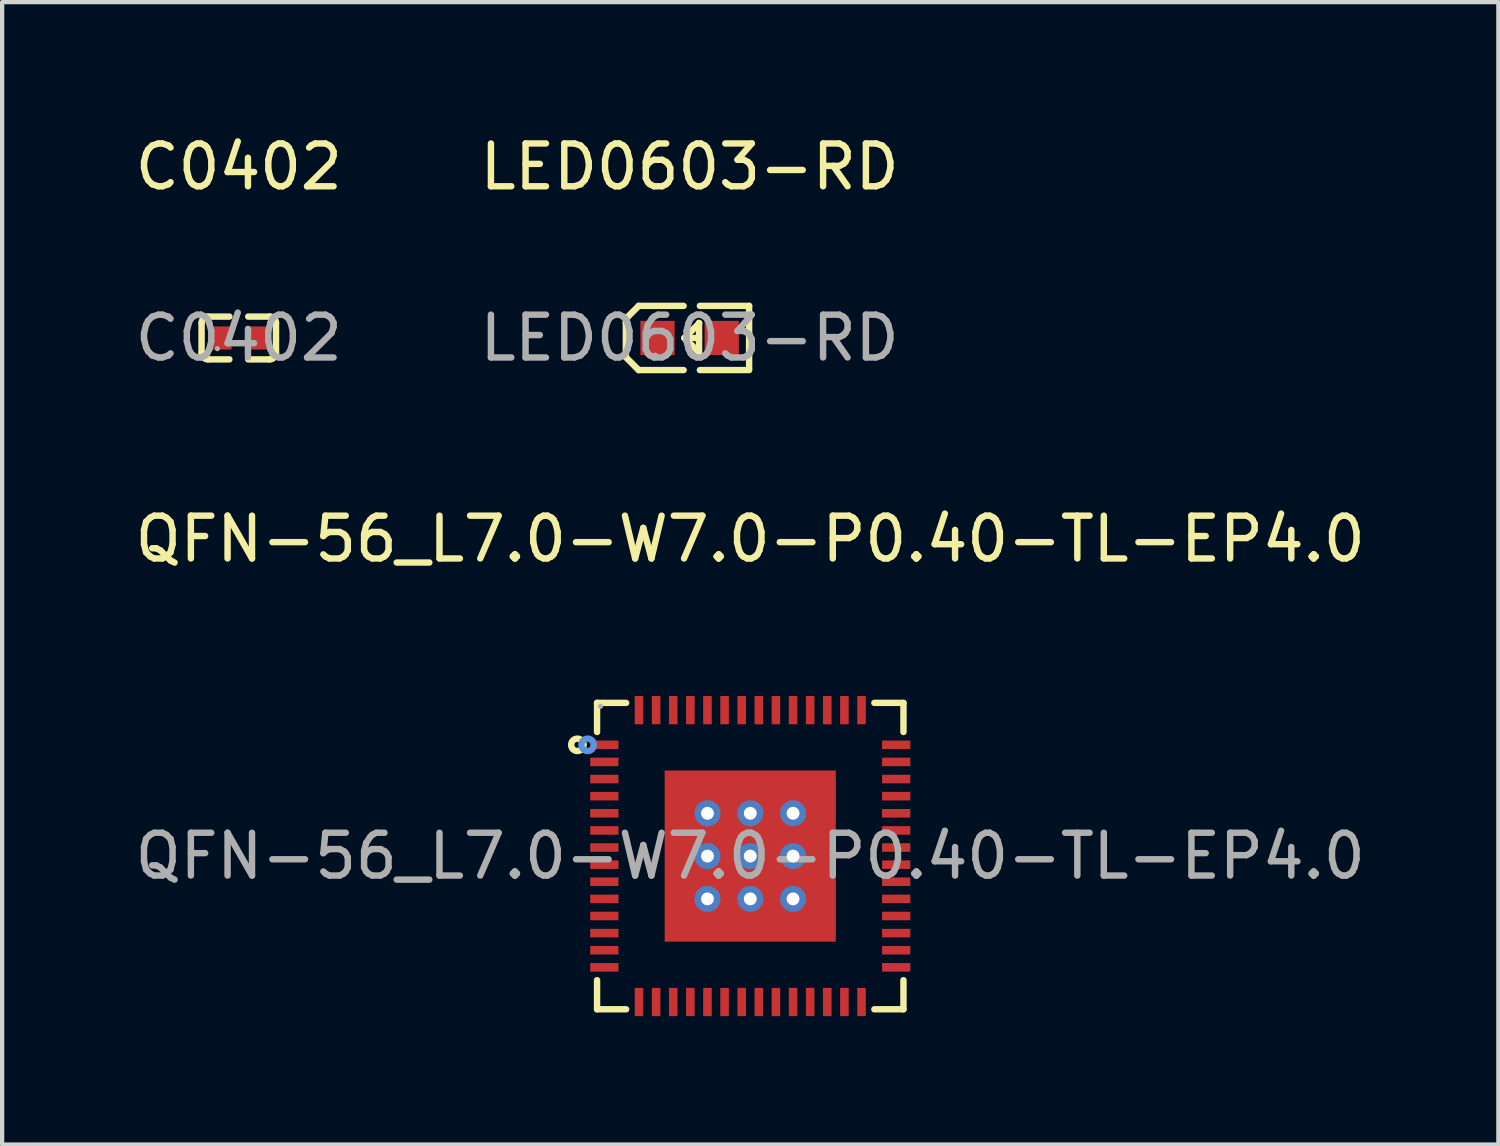
<source format=kicad_pcb>
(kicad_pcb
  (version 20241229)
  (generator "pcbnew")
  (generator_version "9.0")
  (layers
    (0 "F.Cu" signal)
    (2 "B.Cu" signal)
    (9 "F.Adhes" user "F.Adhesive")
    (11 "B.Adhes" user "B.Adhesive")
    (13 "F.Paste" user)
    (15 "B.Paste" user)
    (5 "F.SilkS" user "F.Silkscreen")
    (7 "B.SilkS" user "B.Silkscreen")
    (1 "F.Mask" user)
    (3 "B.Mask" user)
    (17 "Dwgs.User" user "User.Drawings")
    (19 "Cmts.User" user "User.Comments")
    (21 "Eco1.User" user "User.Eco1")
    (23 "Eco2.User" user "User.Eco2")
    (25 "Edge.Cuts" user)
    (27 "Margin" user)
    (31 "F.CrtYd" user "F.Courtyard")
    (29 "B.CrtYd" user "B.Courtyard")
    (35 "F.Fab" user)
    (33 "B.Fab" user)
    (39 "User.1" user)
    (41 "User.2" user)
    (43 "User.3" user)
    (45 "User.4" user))
  (footprint "LED0603-RD"
    (layer "F.Cu")
    (at 13.065 4.848)
    (property "Reference" "LED0603-RD" (at 0 -4 0) (layer "F.SilkS") (effects (font (size 1 1) (thickness 0.15))))
    (attr smd)
    (fp_line (start -1.49 -0.45) (end -1.19 -0.75) (stroke (width 0.15) (type solid)) (layer "F.SilkS"))
    (fp_line (start -1.49 -0.35) (end -1.49 -0.45) (stroke (width 0.15) (type solid)) (layer "F.SilkS"))
    (fp_line (start -1.49 -0.35) (end -1.49 0.35) (stroke (width 0.15) (type solid)) (layer "F.SilkS"))
    (fp_line (start -1.49 0.35) (end -1.49 0.45) (stroke (width 0.15) (type solid)) (layer "F.SilkS"))
    (fp_line (start -1.49 0.45) (end -1.19 0.75) (stroke (width 0.15) (type solid)) (layer "F.SilkS"))
    (fp_line (start -0.14 -0.75) (end -1.19 -0.75) (stroke (width 0.15) (type solid)) (layer "F.SilkS"))
    (fp_line (start -0.14 0.75) (end -1.19 0.75) (stroke (width 0.15) (type solid)) (layer "F.SilkS"))
    (fp_line (start 0.21 0.33) (end -0.12 0) (stroke (width 0.15) (type solid)) (layer "F.SilkS"))
    (fp_line (start 0.22 -0.35) (end 0.22 -0.34) (stroke (width 0.15) (type solid)) (layer "F.SilkS"))
    (fp_line (start 0.22 -0.35) (end 0.22 0.33) (stroke (width 0.15) (type solid)) (layer "F.SilkS"))
    (fp_line (start 0.22 -0.34) (end -0.12 0) (stroke (width 0.15) (type solid)) (layer "F.SilkS"))
    (fp_line (start 0.22 0) (end -0.12 0) (stroke (width 0.15) (type solid)) (layer "F.SilkS"))
    (fp_line (start 0.22 0.33) (end 0.21 0.33) (stroke (width 0.15) (type solid)) (layer "F.SilkS"))
    (fp_line (start 0.24 -0.75) (end 1.39 -0.75) (stroke (width 0.15) (type solid)) (layer "F.SilkS"))
    (fp_line (start 0.24 0.75) (end 1.39 0.75) (stroke (width 0.15) (type solid)) (layer "F.SilkS"))
    (fp_line (start 1.39 -0.75) (end 1.39 0.73) (stroke (width 0.15) (type solid)) (layer "F.SilkS"))
    (fp_circle (center -0.8 0.4) (end -0.77 0.4) (stroke (width 0.06) (type solid)) (fill no) (layer "F.Fab"))
    (fp_text user "${REFERENCE}" (at 0 0 0) (layer "F.Fab") (effects (font (size 1 1) (thickness 0.15))))
    (pad "1" smd rect (at -0.75 0 90) (size 0.8 0.8) (layers "F.Cu" "F.Mask" "F.Paste"))
    (pad "2" smd rect (at 0.75 0 90) (size 0.8 0.8) (layers "F.Cu" "F.Mask" "F.Paste")))
  (footprint "QFN-56_L7.0-W7.0-P0.40-TL-EP4.0"
    (layer "F.Cu")
    (at 14.482 16.955)
    (property "Reference" "QFN-56_L7.0-W7.0-P0.40-TL-EP4.0" (at 0 -7.41 0) (layer "F.SilkS") (effects (font (size 1 1) (thickness 0.15))))
    (attr smd)
    (fp_line (start -3.58 -3.58) (end -3.58 -2.9) (stroke (width 0.15) (type solid)) (layer "F.SilkS"))
    (fp_line (start -3.58 3.58) (end -3.58 2.9) (stroke (width 0.15) (type solid)) (layer "F.SilkS"))
    (fp_line (start -2.9 -3.58) (end -3.58 -3.58) (stroke (width 0.15) (type solid)) (layer "F.SilkS"))
    (fp_line (start -2.9 3.58) (end -3.58 3.58) (stroke (width 0.15) (type solid)) (layer "F.SilkS"))
    (fp_line (start 2.9 -3.58) (end 3.58 -3.58) (stroke (width 0.15) (type solid)) (layer "F.SilkS"))
    (fp_line (start 2.9 3.58) (end 3.58 3.58) (stroke (width 0.15) (type solid)) (layer "F.SilkS"))
    (fp_line (start 3.58 -3.58) (end 3.58 -2.9) (stroke (width 0.15) (type solid)) (layer "F.SilkS"))
    (fp_line (start 3.58 3.58) (end 3.58 2.9) (stroke (width 0.15) (type solid)) (layer "F.SilkS"))
    (fp_circle (center -4.04 -2.6) (end -3.97 -2.6) (stroke (width 0.15) (type solid)) (fill no) (layer "F.SilkS"))
    (fp_circle (center -3.8 -2.6) (end -3.73 -2.6) (stroke (width 0.15) (type solid)) (fill no) (layer "Cmts.User"))
    (fp_circle (center -3.5 -3.5) (end -3.47 -3.5) (stroke (width 0.06) (type solid)) (fill no) (layer "F.Fab"))
    (fp_text user "${REFERENCE}" (at 0 0 0) (layer "F.Fab") (effects (font (size 1 1) (thickness 0.15))))
    (pad "" thru_hole circle (at -1 -1) (size 0.61 0.61) (drill 0.3) (layers "*.Cu" "*.Paste" "*.Mask"))
    (pad "" thru_hole circle (at -1 0) (size 0.61 0.61) (drill 0.3) (layers "*.Cu" "*.Paste" "*.Mask"))
    (pad "" thru_hole circle (at -1 1) (size 0.61 0.61) (drill 0.3) (layers "*.Cu" "*.Paste" "*.Mask"))
    (pad "" thru_hole circle (at 0 -1) (size 0.61 0.61) (drill 0.3) (layers "*.Cu" "*.Paste" "*.Mask"))
    (pad "" thru_hole circle (at 0 0) (size 0.61 0.61) (drill 0.3) (layers "*.Cu" "*.Paste" "*.Mask"))
    (pad "" thru_hole circle (at 0 1) (size 0.61 0.61) (drill 0.3) (layers "*.Cu" "*.Paste" "*.Mask"))
    (pad "" thru_hole circle (at 1 -1) (size 0.61 0.61) (drill 0.3) (layers "*.Cu" "*.Paste" "*.Mask"))
    (pad "" thru_hole circle (at 1 0) (size 0.61 0.61) (drill 0.3) (layers "*.Cu" "*.Paste" "*.Mask"))
    (pad "" thru_hole circle (at 1 1) (size 0.61 0.61) (drill 0.3) (layers "*.Cu" "*.Paste" "*.Mask"))
    (pad "1" smd rect (at -3.41 -2.6) (size 0.66 0.2) (layers "F.Cu" "F.Mask" "F.Paste"))
    (pad "2" smd rect (at -3.41 -2.2) (size 0.66 0.2) (layers "F.Cu" "F.Mask" "F.Paste"))
    (pad "3" smd rect (at -3.41 -1.8) (size 0.66 0.2) (layers "F.Cu" "F.Mask" "F.Paste"))
    (pad "4" smd rect (at -3.41 -1.4) (size 0.66 0.2) (layers "F.Cu" "F.Mask" "F.Paste"))
    (pad "5" smd rect (at -3.41 -1) (size 0.66 0.2) (layers "F.Cu" "F.Mask" "F.Paste"))
    (pad "6" smd rect (at -3.41 -0.6) (size 0.66 0.2) (layers "F.Cu" "F.Mask" "F.Paste"))
    (pad "7" smd rect (at -3.41 -0.2) (size 0.66 0.2) (layers "F.Cu" "F.Mask" "F.Paste"))
    (pad "8" smd rect (at -3.41 0.2) (size 0.66 0.2) (layers "F.Cu" "F.Mask" "F.Paste"))
    (pad "9" smd rect (at -3.41 0.6) (size 0.66 0.2) (layers "F.Cu" "F.Mask" "F.Paste"))
    (pad "10" smd rect (at -3.41 1) (size 0.66 0.2) (layers "F.Cu" "F.Mask" "F.Paste"))
    (pad "11" smd rect (at -3.41 1.4) (size 0.66 0.2) (layers "F.Cu" "F.Mask" "F.Paste"))
    (pad "12" smd rect (at -3.41 1.8) (size 0.66 0.2) (layers "F.Cu" "F.Mask" "F.Paste"))
    (pad "13" smd rect (at -3.41 2.2) (size 0.66 0.2) (layers "F.Cu" "F.Mask" "F.Paste"))
    (pad "14" smd rect (at -3.41 2.6) (size 0.66 0.2) (layers "F.Cu" "F.Mask" "F.Paste"))
    (pad "15" smd rect (at -2.6 3.41) (size 0.2 0.66) (layers "F.Cu" "F.Mask" "F.Paste"))
    (pad "16" smd rect (at -2.2 3.41) (size 0.2 0.66) (layers "F.Cu" "F.Mask" "F.Paste"))
    (pad "17" smd rect (at -1.8 3.41) (size 0.2 0.66) (layers "F.Cu" "F.Mask" "F.Paste"))
    (pad "18" smd rect (at -1.4 3.41) (size 0.2 0.66) (layers "F.Cu" "F.Mask" "F.Paste"))
    (pad "19" smd rect (at -1 3.41) (size 0.2 0.66) (layers "F.Cu" "F.Mask" "F.Paste"))
    (pad "20" smd rect (at -0.6 3.41) (size 0.2 0.66) (layers "F.Cu" "F.Mask" "F.Paste"))
    (pad "21" smd rect (at -0.2 3.41) (size 0.2 0.66) (layers "F.Cu" "F.Mask" "F.Paste"))
    (pad "22" smd rect (at 0.2 3.41) (size 0.2 0.66) (layers "F.Cu" "F.Mask" "F.Paste"))
    (pad "23" smd rect (at 0.6 3.41) (size 0.2 0.66) (layers "F.Cu" "F.Mask" "F.Paste"))
    (pad "24" smd rect (at 1 3.41) (size 0.2 0.66) (layers "F.Cu" "F.Mask" "F.Paste"))
    (pad "25" smd rect (at 1.4 3.41) (size 0.2 0.66) (layers "F.Cu" "F.Mask" "F.Paste"))
    (pad "26" smd rect (at 1.8 3.41) (size 0.2 0.66) (layers "F.Cu" "F.Mask" "F.Paste"))
    (pad "27" smd rect (at 2.2 3.41) (size 0.2 0.66) (layers "F.Cu" "F.Mask" "F.Paste"))
    (pad "28" smd rect (at 2.6 3.41) (size 0.2 0.66) (layers "F.Cu" "F.Mask" "F.Paste"))
    (pad "29" smd rect (at 3.41 2.6) (size 0.66 0.2) (layers "F.Cu" "F.Mask" "F.Paste"))
    (pad "30" smd rect (at 3.41 2.2) (size 0.66 0.2) (layers "F.Cu" "F.Mask" "F.Paste"))
    (pad "31" smd rect (at 3.41 1.8) (size 0.66 0.2) (layers "F.Cu" "F.Mask" "F.Paste"))
    (pad "32" smd rect (at 3.41 1.4) (size 0.66 0.2) (layers "F.Cu" "F.Mask" "F.Paste"))
    (pad "33" smd rect (at 3.41 1) (size 0.66 0.2) (layers "F.Cu" "F.Mask" "F.Paste"))
    (pad "34" smd rect (at 3.41 0.6) (size 0.66 0.2) (layers "F.Cu" "F.Mask" "F.Paste"))
    (pad "35" smd rect (at 3.41 0.2) (size 0.66 0.2) (layers "F.Cu" "F.Mask" "F.Paste"))
    (pad "36" smd rect (at 3.41 -0.2) (size 0.66 0.2) (layers "F.Cu" "F.Mask" "F.Paste"))
    (pad "37" smd rect (at 3.41 -0.6) (size 0.66 0.2) (layers "F.Cu" "F.Mask" "F.Paste"))
    (pad "38" smd rect (at 3.41 -1) (size 0.66 0.2) (layers "F.Cu" "F.Mask" "F.Paste"))
    (pad "39" smd rect (at 3.41 -1.4) (size 0.66 0.2) (layers "F.Cu" "F.Mask" "F.Paste"))
    (pad "40" smd rect (at 3.41 -1.8) (size 0.66 0.2) (layers "F.Cu" "F.Mask" "F.Paste"))
    (pad "41" smd rect (at 3.41 -2.2) (size 0.66 0.2) (layers "F.Cu" "F.Mask" "F.Paste"))
    (pad "42" smd rect (at 3.41 -2.6) (size 0.66 0.2) (layers "F.Cu" "F.Mask" "F.Paste"))
    (pad "43" smd rect (at 2.6 -3.41) (size 0.2 0.66) (layers "F.Cu" "F.Mask" "F.Paste"))
    (pad "44" smd rect (at 2.2 -3.41) (size 0.2 0.66) (layers "F.Cu" "F.Mask" "F.Paste"))
    (pad "45" smd rect (at 1.8 -3.41) (size 0.2 0.66) (layers "F.Cu" "F.Mask" "F.Paste"))
    (pad "46" smd rect (at 1.4 -3.41) (size 0.2 0.66) (layers "F.Cu" "F.Mask" "F.Paste"))
    (pad "47" smd rect (at 1 -3.41) (size 0.2 0.66) (layers "F.Cu" "F.Mask" "F.Paste"))
    (pad "48" smd rect (at 0.6 -3.41) (size 0.2 0.66) (layers "F.Cu" "F.Mask" "F.Paste"))
    (pad "49" smd rect (at 0.2 -3.41) (size 0.2 0.66) (layers "F.Cu" "F.Mask" "F.Paste"))
    (pad "50" smd rect (at -0.2 -3.41) (size 0.2 0.66) (layers "F.Cu" "F.Mask" "F.Paste"))
    (pad "51" smd rect (at -0.6 -3.41) (size 0.2 0.66) (layers "F.Cu" "F.Mask" "F.Paste"))
    (pad "52" smd rect (at -1 -3.41) (size 0.2 0.66) (layers "F.Cu" "F.Mask" "F.Paste"))
    (pad "53" smd rect (at -1.4 -3.41) (size 0.2 0.66) (layers "F.Cu" "F.Mask" "F.Paste"))
    (pad "54" smd rect (at -1.8 -3.41) (size 0.2 0.66) (layers "F.Cu" "F.Mask" "F.Paste"))
    (pad "55" smd rect (at -2.2 -3.41) (size 0.2 0.66) (layers "F.Cu" "F.Mask" "F.Paste"))
    (pad "56" smd rect (at -2.6 -3.41) (size 0.2 0.66) (layers "F.Cu" "F.Mask" "F.Paste"))
    (pad "57" smd rect (at 0 0) (size 4 4) (layers "F.Cu" "F.Mask" "F.Paste")))
  (footprint "C0402"
    (layer "F.Cu")
    (at 2.53 4.848)
    (property "Reference" "C0402" (at 0 -4 0) (layer "F.SilkS") (effects (font (size 1 1) (thickness 0.15))))
    (attr smd)
    (fp_line (start -0.87 0.35) (end -0.87 -0.35) (stroke (width 0.15) (type solid)) (layer "F.SilkS"))
    (fp_line (start -0.72 -0.5) (end -0.22 -0.5) (stroke (width 0.15) (type solid)) (layer "F.SilkS"))
    (fp_line (start -0.22 0.5) (end -0.72 0.5) (stroke (width 0.15) (type solid)) (layer "F.SilkS"))
    (fp_line (start 0.22 -0.5) (end 0.72 -0.5) (stroke (width 0.15) (type solid)) (layer "F.SilkS"))
    (fp_line (start 0.72 0.5) (end 0.22 0.5) (stroke (width 0.15) (type solid)) (layer "F.SilkS"))
    (fp_line (start 0.87 -0.35) (end 0.87 0.35) (stroke (width 0.15) (type solid)) (layer "F.SilkS"))
    (fp_arc (start -0.87 -0.35) (mid -0.826066 -0.456066) (end -0.72 -0.5) (stroke (width 0.15) (type solid)) (layer "F.SilkS"))
    (fp_arc (start -0.72 0.5) (mid -0.826066 0.456066) (end -0.87 0.35) (stroke (width 0.15) (type solid)) (layer "F.SilkS"))
    (fp_arc (start 0.72 -0.5) (mid 0.826066 -0.456066) (end 0.87 -0.35) (stroke (width 0.15) (type solid)) (layer "F.SilkS"))
    (fp_arc (start 0.87 0.35) (mid 0.826066 0.456066) (end 0.72 0.5) (stroke (width 0.15) (type solid)) (layer "F.SilkS"))
    (fp_circle (center -0.5 0.25) (end -0.47 0.25) (stroke (width 0.06) (type solid)) (fill no) (layer "F.Fab"))
    (fp_text user "${REFERENCE}" (at 0 0 0) (layer "F.Fab") (effects (font (size 1 1) (thickness 0.15))))
    (pad "1" smd rect (at -0.42 0) (size 0.5 0.54) (layers "F.Cu" "F.Mask" "F.Paste"))
    (pad "2" smd rect (at 0.42 0) (size 0.5 0.54) (layers "F.Cu" "F.Mask" "F.Paste")))
  (gr_rect
    (start -3 -3)
    (end 31.964 23.695)
    (stroke (width 0.1) (type default))
    (fill no)
    (layer "Edge.Cuts")))
</source>
